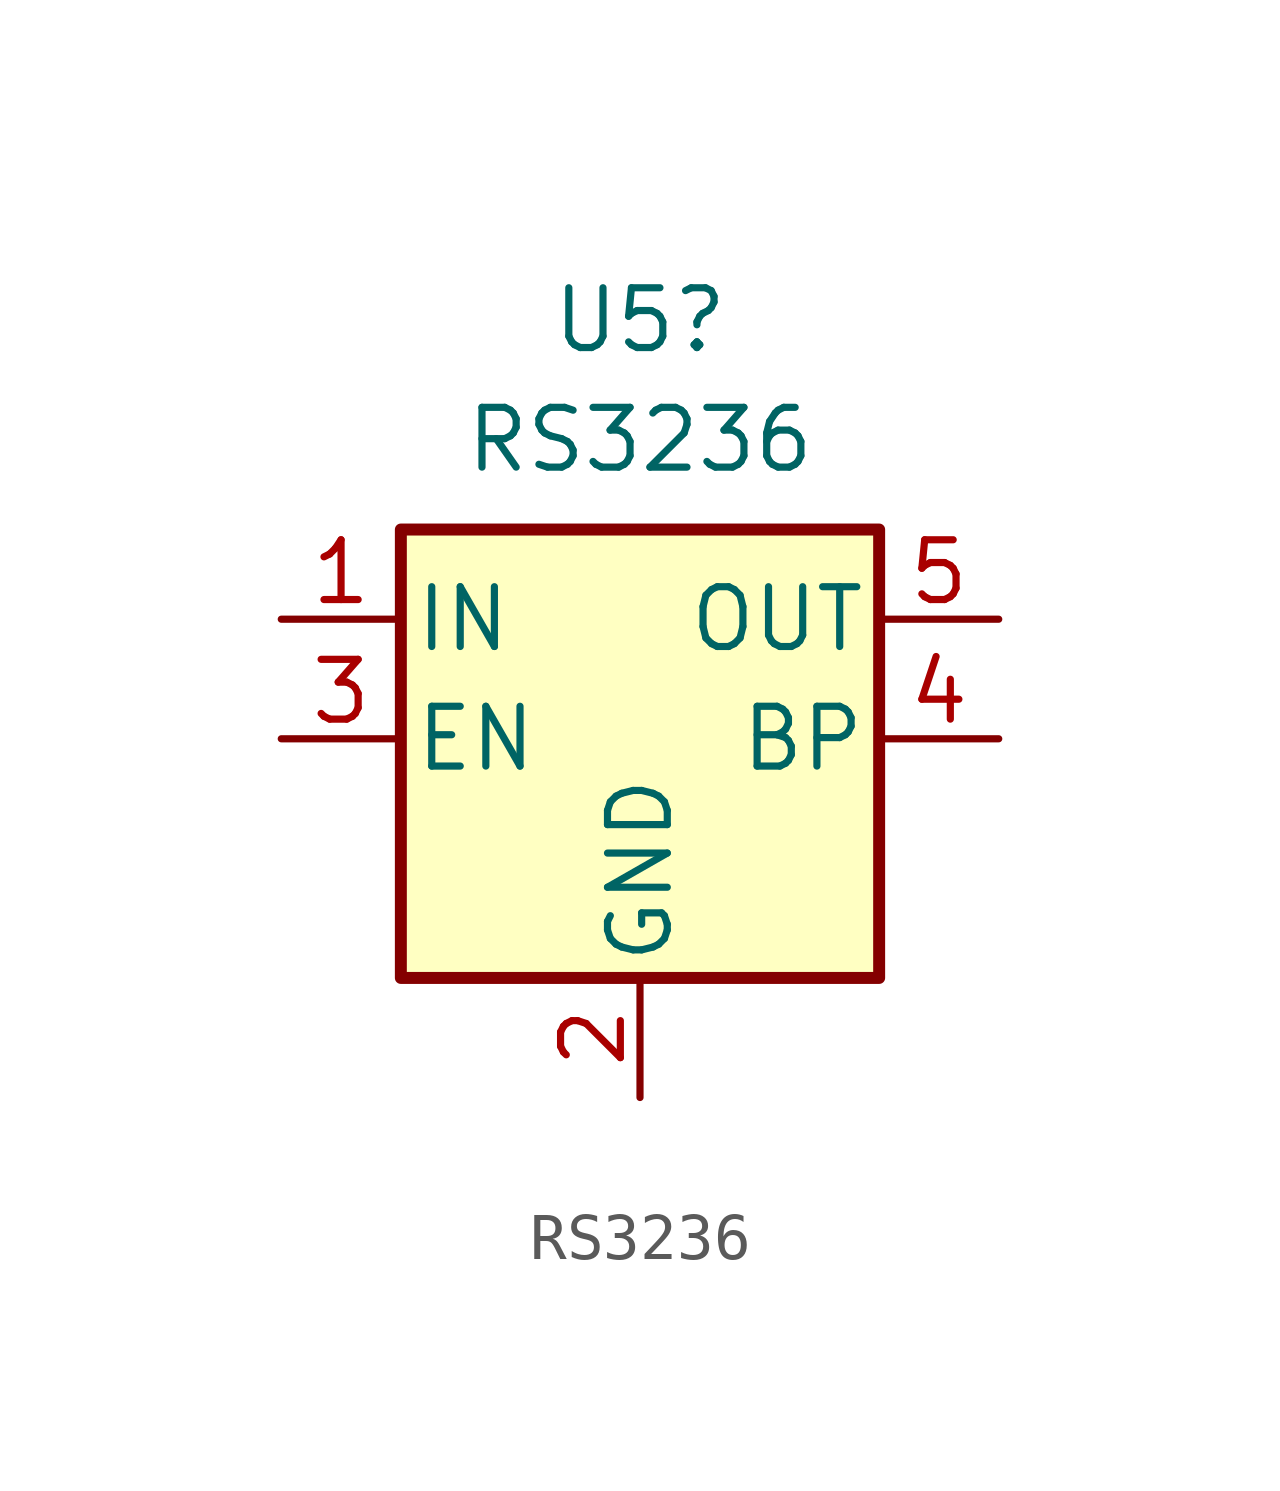
<source format=kicad_sym>
(kicad_symbol_lib
  (version 20231120)
  (generator "kicad_symbol_editor")
  (generator_version "8.0")
  (symbol "RS3236"
    (pin_names
      (offset 0.254))
    (property "Reference" "U5"
      (at 0 8.89 0)
      (effects (font (size 1.27 1.27))))
    (property "Value" "RS3236"
      (at 0 6.35 0)
      (effects (font (size 1.27 1.27))))
    (symbol "RS3236_0_1"
      (rectangle (start -5.08 4.445) (end 5.08 -5.08) (stroke (width 0.254) (type default)) (fill (type background))))
    (symbol "RS3236_1_1"
      (pin power_in line (at -7.62 2.54 0) (length 2.54) (name "IN" (effects (font (size 1.27 1.27)))) (number "1" (effects (font (size 1.27 1.27)))))
      (pin power_in line (at 0 -7.62 90) (length 2.54) (name "GND" (effects (font (size 1.27 1.27)))) (number "2" (effects (font (size 1.27 1.27)))))
      (pin input line (at -7.62 0 0) (length 2.54) (name "EN" (effects (font (size 1.27 1.27)))) (number "3" (effects (font (size 1.27 1.27)))))
      (pin passive line (at 7.62 0 180) (length 2.54) (name "BP" (effects (font (size 1.27 1.27)))) (number "4" (effects (font (size 1.27 1.27)))))
      (pin power_out line (at 7.62 2.54 180) (length 2.54) (name "OUT" (effects (font (size 1.27 1.27)))) (number "5" (effects (font (size 1.27 1.27))))))))
</source>
